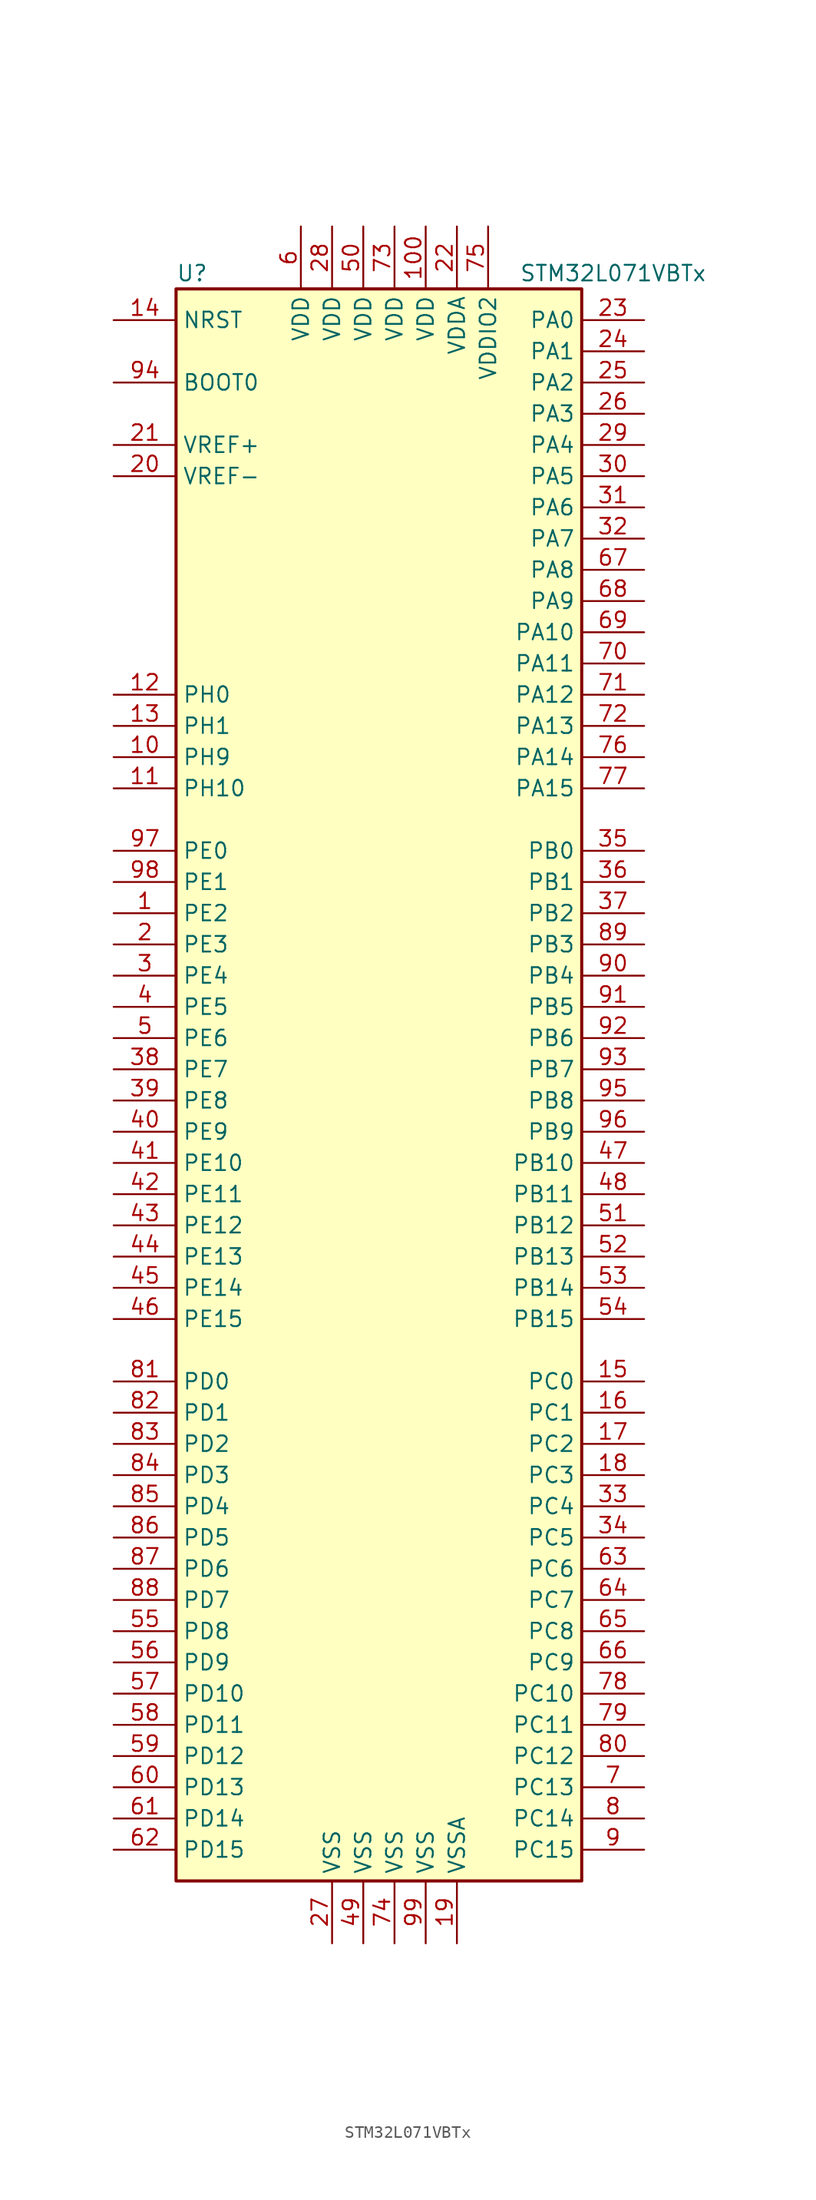
<source format=kicad_sym>
(kicad_symbol_lib
  (version 20201005)
  (generator kicad_symbol_editor)
  (symbol "STM32L071VBTx"
    (property "Reference" "U"
      (at -17.78 64.77 0)
      (effects (font (size 1.27 1.27)) (justify left)))
    (property "Value" "STM32L071VBTx"
      (at 10.16 64.77 0)
      (effects (font (size 1.27 1.27)) (justify left)))
    (symbol "STM32L071VBTx_0_1"
      (rectangle (start -17.78 -66.04) (end 15.24 63.5) (stroke (width 0.254)) (fill (type background))))
    (symbol "STM32L071VBTx_1_1"
      (pin input line (at -22.86 55.88 0) (length 5.08) (name "BOOT0" (effects (font (size 1.27 1.27)))) (number "94" (effects (font (size 1.27 1.27)))))
      (pin input line (at -22.86 60.96 0) (length 5.08) (name "NRST" (effects (font (size 1.27 1.27)))) (number "14" (effects (font (size 1.27 1.27)))))
      (pin bidirectional line (at 20.32 60.96 180) (length 5.08) (name "PA0" (effects (font (size 1.27 1.27)))) (number "23" (effects (font (size 1.27 1.27)))))
      (pin bidirectional line (at 20.32 58.42 180) (length 5.08) (name "PA1" (effects (font (size 1.27 1.27)))) (number "24" (effects (font (size 1.27 1.27)))))
      (pin bidirectional line (at 20.32 35.56 180) (length 5.08) (name "PA10" (effects (font (size 1.27 1.27)))) (number "69" (effects (font (size 1.27 1.27)))))
      (pin bidirectional line (at 20.32 33.02 180) (length 5.08) (name "PA11" (effects (font (size 1.27 1.27)))) (number "70" (effects (font (size 1.27 1.27)))))
      (pin bidirectional line (at 20.32 30.48 180) (length 5.08) (name "PA12" (effects (font (size 1.27 1.27)))) (number "71" (effects (font (size 1.27 1.27)))))
      (pin bidirectional line (at 20.32 27.94 180) (length 5.08) (name "PA13" (effects (font (size 1.27 1.27)))) (number "72" (effects (font (size 1.27 1.27)))))
      (pin bidirectional line (at 20.32 25.4 180) (length 5.08) (name "PA14" (effects (font (size 1.27 1.27)))) (number "76" (effects (font (size 1.27 1.27)))))
      (pin bidirectional line (at 20.32 22.86 180) (length 5.08) (name "PA15" (effects (font (size 1.27 1.27)))) (number "77" (effects (font (size 1.27 1.27)))))
      (pin bidirectional line (at 20.32 55.88 180) (length 5.08) (name "PA2" (effects (font (size 1.27 1.27)))) (number "25" (effects (font (size 1.27 1.27)))))
      (pin bidirectional line (at 20.32 53.34 180) (length 5.08) (name "PA3" (effects (font (size 1.27 1.27)))) (number "26" (effects (font (size 1.27 1.27)))))
      (pin bidirectional line (at 20.32 50.8 180) (length 5.08) (name "PA4" (effects (font (size 1.27 1.27)))) (number "29" (effects (font (size 1.27 1.27)))))
      (pin bidirectional line (at 20.32 48.26 180) (length 5.08) (name "PA5" (effects (font (size 1.27 1.27)))) (number "30" (effects (font (size 1.27 1.27)))))
      (pin bidirectional line (at 20.32 45.72 180) (length 5.08) (name "PA6" (effects (font (size 1.27 1.27)))) (number "31" (effects (font (size 1.27 1.27)))))
      (pin bidirectional line (at 20.32 43.18 180) (length 5.08) (name "PA7" (effects (font (size 1.27 1.27)))) (number "32" (effects (font (size 1.27 1.27)))))
      (pin bidirectional line (at 20.32 40.64 180) (length 5.08) (name "PA8" (effects (font (size 1.27 1.27)))) (number "67" (effects (font (size 1.27 1.27)))))
      (pin bidirectional line (at 20.32 38.1 180) (length 5.08) (name "PA9" (effects (font (size 1.27 1.27)))) (number "68" (effects (font (size 1.27 1.27)))))
      (pin bidirectional line (at 20.32 17.78 180) (length 5.08) (name "PB0" (effects (font (size 1.27 1.27)))) (number "35" (effects (font (size 1.27 1.27)))))
      (pin bidirectional line (at 20.32 15.24 180) (length 5.08) (name "PB1" (effects (font (size 1.27 1.27)))) (number "36" (effects (font (size 1.27 1.27)))))
      (pin bidirectional line (at 20.32 -7.62 180) (length 5.08) (name "PB10" (effects (font (size 1.27 1.27)))) (number "47" (effects (font (size 1.27 1.27)))))
      (pin bidirectional line (at 20.32 -10.16 180) (length 5.08) (name "PB11" (effects (font (size 1.27 1.27)))) (number "48" (effects (font (size 1.27 1.27)))))
      (pin bidirectional line (at 20.32 -12.7 180) (length 5.08) (name "PB12" (effects (font (size 1.27 1.27)))) (number "51" (effects (font (size 1.27 1.27)))))
      (pin bidirectional line (at 20.32 -15.24 180) (length 5.08) (name "PB13" (effects (font (size 1.27 1.27)))) (number "52" (effects (font (size 1.27 1.27)))))
      (pin bidirectional line (at 20.32 -17.78 180) (length 5.08) (name "PB14" (effects (font (size 1.27 1.27)))) (number "53" (effects (font (size 1.27 1.27)))))
      (pin bidirectional line (at 20.32 -20.32 180) (length 5.08) (name "PB15" (effects (font (size 1.27 1.27)))) (number "54" (effects (font (size 1.27 1.27)))))
      (pin bidirectional line (at 20.32 12.7 180) (length 5.08) (name "PB2" (effects (font (size 1.27 1.27)))) (number "37" (effects (font (size 1.27 1.27)))))
      (pin bidirectional line (at 20.32 10.16 180) (length 5.08) (name "PB3" (effects (font (size 1.27 1.27)))) (number "89" (effects (font (size 1.27 1.27)))))
      (pin bidirectional line (at 20.32 7.62 180) (length 5.08) (name "PB4" (effects (font (size 1.27 1.27)))) (number "90" (effects (font (size 1.27 1.27)))))
      (pin bidirectional line (at 20.32 5.08 180) (length 5.08) (name "PB5" (effects (font (size 1.27 1.27)))) (number "91" (effects (font (size 1.27 1.27)))))
      (pin bidirectional line (at 20.32 2.54 180) (length 5.08) (name "PB6" (effects (font (size 1.27 1.27)))) (number "92" (effects (font (size 1.27 1.27)))))
      (pin bidirectional line (at 20.32 0 180) (length 5.08) (name "PB7" (effects (font (size 1.27 1.27)))) (number "93" (effects (font (size 1.27 1.27)))))
      (pin bidirectional line (at 20.32 -2.54 180) (length 5.08) (name "PB8" (effects (font (size 1.27 1.27)))) (number "95" (effects (font (size 1.27 1.27)))))
      (pin bidirectional line (at 20.32 -5.08 180) (length 5.08) (name "PB9" (effects (font (size 1.27 1.27)))) (number "96" (effects (font (size 1.27 1.27)))))
      (pin bidirectional line (at 20.32 -25.4 180) (length 5.08) (name "PC0" (effects (font (size 1.27 1.27)))) (number "15" (effects (font (size 1.27 1.27)))))
      (pin bidirectional line (at 20.32 -27.94 180) (length 5.08) (name "PC1" (effects (font (size 1.27 1.27)))) (number "16" (effects (font (size 1.27 1.27)))))
      (pin bidirectional line (at 20.32 -50.8 180) (length 5.08) (name "PC10" (effects (font (size 1.27 1.27)))) (number "78" (effects (font (size 1.27 1.27)))))
      (pin bidirectional line (at 20.32 -53.34 180) (length 5.08) (name "PC11" (effects (font (size 1.27 1.27)))) (number "79" (effects (font (size 1.27 1.27)))))
      (pin bidirectional line (at 20.32 -55.88 180) (length 5.08) (name "PC12" (effects (font (size 1.27 1.27)))) (number "80" (effects (font (size 1.27 1.27)))))
      (pin bidirectional line (at 20.32 -58.42 180) (length 5.08) (name "PC13" (effects (font (size 1.27 1.27)))) (number "7" (effects (font (size 1.27 1.27)))))
      (pin bidirectional line (at 20.32 -60.96 180) (length 5.08) (name "PC14" (effects (font (size 1.27 1.27)))) (number "8" (effects (font (size 1.27 1.27)))))
      (pin bidirectional line (at 20.32 -63.5 180) (length 5.08) (name "PC15" (effects (font (size 1.27 1.27)))) (number "9" (effects (font (size 1.27 1.27)))))
      (pin bidirectional line (at 20.32 -30.48 180) (length 5.08) (name "PC2" (effects (font (size 1.27 1.27)))) (number "17" (effects (font (size 1.27 1.27)))))
      (pin bidirectional line (at 20.32 -33.02 180) (length 5.08) (name "PC3" (effects (font (size 1.27 1.27)))) (number "18" (effects (font (size 1.27 1.27)))))
      (pin bidirectional line (at 20.32 -35.56 180) (length 5.08) (name "PC4" (effects (font (size 1.27 1.27)))) (number "33" (effects (font (size 1.27 1.27)))))
      (pin bidirectional line (at 20.32 -38.1 180) (length 5.08) (name "PC5" (effects (font (size 1.27 1.27)))) (number "34" (effects (font (size 1.27 1.27)))))
      (pin bidirectional line (at 20.32 -40.64 180) (length 5.08) (name "PC6" (effects (font (size 1.27 1.27)))) (number "63" (effects (font (size 1.27 1.27)))))
      (pin bidirectional line (at 20.32 -43.18 180) (length 5.08) (name "PC7" (effects (font (size 1.27 1.27)))) (number "64" (effects (font (size 1.27 1.27)))))
      (pin bidirectional line (at 20.32 -45.72 180) (length 5.08) (name "PC8" (effects (font (size 1.27 1.27)))) (number "65" (effects (font (size 1.27 1.27)))))
      (pin bidirectional line (at 20.32 -48.26 180) (length 5.08) (name "PC9" (effects (font (size 1.27 1.27)))) (number "66" (effects (font (size 1.27 1.27)))))
      (pin bidirectional line (at -22.86 -25.4 0) (length 5.08) (name "PD0" (effects (font (size 1.27 1.27)))) (number "81" (effects (font (size 1.27 1.27)))))
      (pin bidirectional line (at -22.86 -27.94 0) (length 5.08) (name "PD1" (effects (font (size 1.27 1.27)))) (number "82" (effects (font (size 1.27 1.27)))))
      (pin bidirectional line (at -22.86 -50.8 0) (length 5.08) (name "PD10" (effects (font (size 1.27 1.27)))) (number "57" (effects (font (size 1.27 1.27)))))
      (pin bidirectional line (at -22.86 -53.34 0) (length 5.08) (name "PD11" (effects (font (size 1.27 1.27)))) (number "58" (effects (font (size 1.27 1.27)))))
      (pin bidirectional line (at -22.86 -55.88 0) (length 5.08) (name "PD12" (effects (font (size 1.27 1.27)))) (number "59" (effects (font (size 1.27 1.27)))))
      (pin bidirectional line (at -22.86 -58.42 0) (length 5.08) (name "PD13" (effects (font (size 1.27 1.27)))) (number "60" (effects (font (size 1.27 1.27)))))
      (pin bidirectional line (at -22.86 -60.96 0) (length 5.08) (name "PD14" (effects (font (size 1.27 1.27)))) (number "61" (effects (font (size 1.27 1.27)))))
      (pin bidirectional line (at -22.86 -63.5 0) (length 5.08) (name "PD15" (effects (font (size 1.27 1.27)))) (number "62" (effects (font (size 1.27 1.27)))))
      (pin bidirectional line (at -22.86 -30.48 0) (length 5.08) (name "PD2" (effects (font (size 1.27 1.27)))) (number "83" (effects (font (size 1.27 1.27)))))
      (pin bidirectional line (at -22.86 -33.02 0) (length 5.08) (name "PD3" (effects (font (size 1.27 1.27)))) (number "84" (effects (font (size 1.27 1.27)))))
      (pin bidirectional line (at -22.86 -35.56 0) (length 5.08) (name "PD4" (effects (font (size 1.27 1.27)))) (number "85" (effects (font (size 1.27 1.27)))))
      (pin bidirectional line (at -22.86 -38.1 0) (length 5.08) (name "PD5" (effects (font (size 1.27 1.27)))) (number "86" (effects (font (size 1.27 1.27)))))
      (pin bidirectional line (at -22.86 -40.64 0) (length 5.08) (name "PD6" (effects (font (size 1.27 1.27)))) (number "87" (effects (font (size 1.27 1.27)))))
      (pin bidirectional line (at -22.86 -43.18 0) (length 5.08) (name "PD7" (effects (font (size 1.27 1.27)))) (number "88" (effects (font (size 1.27 1.27)))))
      (pin bidirectional line (at -22.86 -45.72 0) (length 5.08) (name "PD8" (effects (font (size 1.27 1.27)))) (number "55" (effects (font (size 1.27 1.27)))))
      (pin bidirectional line (at -22.86 -48.26 0) (length 5.08) (name "PD9" (effects (font (size 1.27 1.27)))) (number "56" (effects (font (size 1.27 1.27)))))
      (pin bidirectional line (at -22.86 17.78 0) (length 5.08) (name "PE0" (effects (font (size 1.27 1.27)))) (number "97" (effects (font (size 1.27 1.27)))))
      (pin bidirectional line (at -22.86 15.24 0) (length 5.08) (name "PE1" (effects (font (size 1.27 1.27)))) (number "98" (effects (font (size 1.27 1.27)))))
      (pin bidirectional line (at -22.86 -7.62 0) (length 5.08) (name "PE10" (effects (font (size 1.27 1.27)))) (number "41" (effects (font (size 1.27 1.27)))))
      (pin bidirectional line (at -22.86 -10.16 0) (length 5.08) (name "PE11" (effects (font (size 1.27 1.27)))) (number "42" (effects (font (size 1.27 1.27)))))
      (pin bidirectional line (at -22.86 -12.7 0) (length 5.08) (name "PE12" (effects (font (size 1.27 1.27)))) (number "43" (effects (font (size 1.27 1.27)))))
      (pin bidirectional line (at -22.86 -15.24 0) (length 5.08) (name "PE13" (effects (font (size 1.27 1.27)))) (number "44" (effects (font (size 1.27 1.27)))))
      (pin bidirectional line (at -22.86 -17.78 0) (length 5.08) (name "PE14" (effects (font (size 1.27 1.27)))) (number "45" (effects (font (size 1.27 1.27)))))
      (pin bidirectional line (at -22.86 -20.32 0) (length 5.08) (name "PE15" (effects (font (size 1.27 1.27)))) (number "46" (effects (font (size 1.27 1.27)))))
      (pin bidirectional line (at -22.86 12.7 0) (length 5.08) (name "PE2" (effects (font (size 1.27 1.27)))) (number "1" (effects (font (size 1.27 1.27)))))
      (pin bidirectional line (at -22.86 10.16 0) (length 5.08) (name "PE3" (effects (font (size 1.27 1.27)))) (number "2" (effects (font (size 1.27 1.27)))))
      (pin bidirectional line (at -22.86 7.62 0) (length 5.08) (name "PE4" (effects (font (size 1.27 1.27)))) (number "3" (effects (font (size 1.27 1.27)))))
      (pin bidirectional line (at -22.86 5.08 0) (length 5.08) (name "PE5" (effects (font (size 1.27 1.27)))) (number "4" (effects (font (size 1.27 1.27)))))
      (pin bidirectional line (at -22.86 2.54 0) (length 5.08) (name "PE6" (effects (font (size 1.27 1.27)))) (number "5" (effects (font (size 1.27 1.27)))))
      (pin bidirectional line (at -22.86 0 0) (length 5.08) (name "PE7" (effects (font (size 1.27 1.27)))) (number "38" (effects (font (size 1.27 1.27)))))
      (pin bidirectional line (at -22.86 -2.54 0) (length 5.08) (name "PE8" (effects (font (size 1.27 1.27)))) (number "39" (effects (font (size 1.27 1.27)))))
      (pin bidirectional line (at -22.86 -5.08 0) (length 5.08) (name "PE9" (effects (font (size 1.27 1.27)))) (number "40" (effects (font (size 1.27 1.27)))))
      (pin input line (at -22.86 30.48 0) (length 5.08) (name "PH0" (effects (font (size 1.27 1.27)))) (number "12" (effects (font (size 1.27 1.27)))))
      (pin input line (at -22.86 27.94 0) (length 5.08) (name "PH1" (effects (font (size 1.27 1.27)))) (number "13" (effects (font (size 1.27 1.27)))))
      (pin bidirectional line (at -22.86 22.86 0) (length 5.08) (name "PH10" (effects (font (size 1.27 1.27)))) (number "11" (effects (font (size 1.27 1.27)))))
      (pin bidirectional line (at -22.86 25.4 0) (length 5.08) (name "PH9" (effects (font (size 1.27 1.27)))) (number "10" (effects (font (size 1.27 1.27)))))
      (pin power_in line (at 2.54 68.58 270) (length 5.08) (name "VDD" (effects (font (size 1.27 1.27)))) (number "100" (effects (font (size 1.27 1.27)))))
      (pin power_in line (at -5.08 68.58 270) (length 5.08) (name "VDD" (effects (font (size 1.27 1.27)))) (number "28" (effects (font (size 1.27 1.27)))))
      (pin power_in line (at -2.54 68.58 270) (length 5.08) (name "VDD" (effects (font (size 1.27 1.27)))) (number "50" (effects (font (size 1.27 1.27)))))
      (pin power_in line (at -7.62 68.58 270) (length 5.08) (name "VDD" (effects (font (size 1.27 1.27)))) (number "6" (effects (font (size 1.27 1.27)))))
      (pin power_in line (at 0 68.58 270) (length 5.08) (name "VDD" (effects (font (size 1.27 1.27)))) (number "73" (effects (font (size 1.27 1.27)))))
      (pin power_in line (at 5.08 68.58 270) (length 5.08) (name "VDDA" (effects (font (size 1.27 1.27)))) (number "22" (effects (font (size 1.27 1.27)))))
      (pin power_in line (at 7.62 68.58 270) (length 5.08) (name "VDDIO2" (effects (font (size 1.27 1.27)))) (number "75" (effects (font (size 1.27 1.27)))))
      (pin power_in line (at -22.86 50.8 0) (length 5.08) (name "VREF+" (effects (font (size 1.27 1.27)))) (number "21" (effects (font (size 1.27 1.27)))))
      (pin power_in line (at -22.86 48.26 0) (length 5.08) (name "VREF-" (effects (font (size 1.27 1.27)))) (number "20" (effects (font (size 1.27 1.27)))))
      (pin power_in line (at -5.08 -71.12 90) (length 5.08) (name "VSS" (effects (font (size 1.27 1.27)))) (number "27" (effects (font (size 1.27 1.27)))))
      (pin power_in line (at -2.54 -71.12 90) (length 5.08) (name "VSS" (effects (font (size 1.27 1.27)))) (number "49" (effects (font (size 1.27 1.27)))))
      (pin power_in line (at 0 -71.12 90) (length 5.08) (name "VSS" (effects (font (size 1.27 1.27)))) (number "74" (effects (font (size 1.27 1.27)))))
      (pin power_in line (at 2.54 -71.12 90) (length 5.08) (name "VSS" (effects (font (size 1.27 1.27)))) (number "99" (effects (font (size 1.27 1.27)))))
      (pin power_in line (at 5.08 -71.12 90) (length 5.08) (name "VSSA" (effects (font (size 1.27 1.27)))) (number "19" (effects (font (size 1.27 1.27))))))))
</source>
